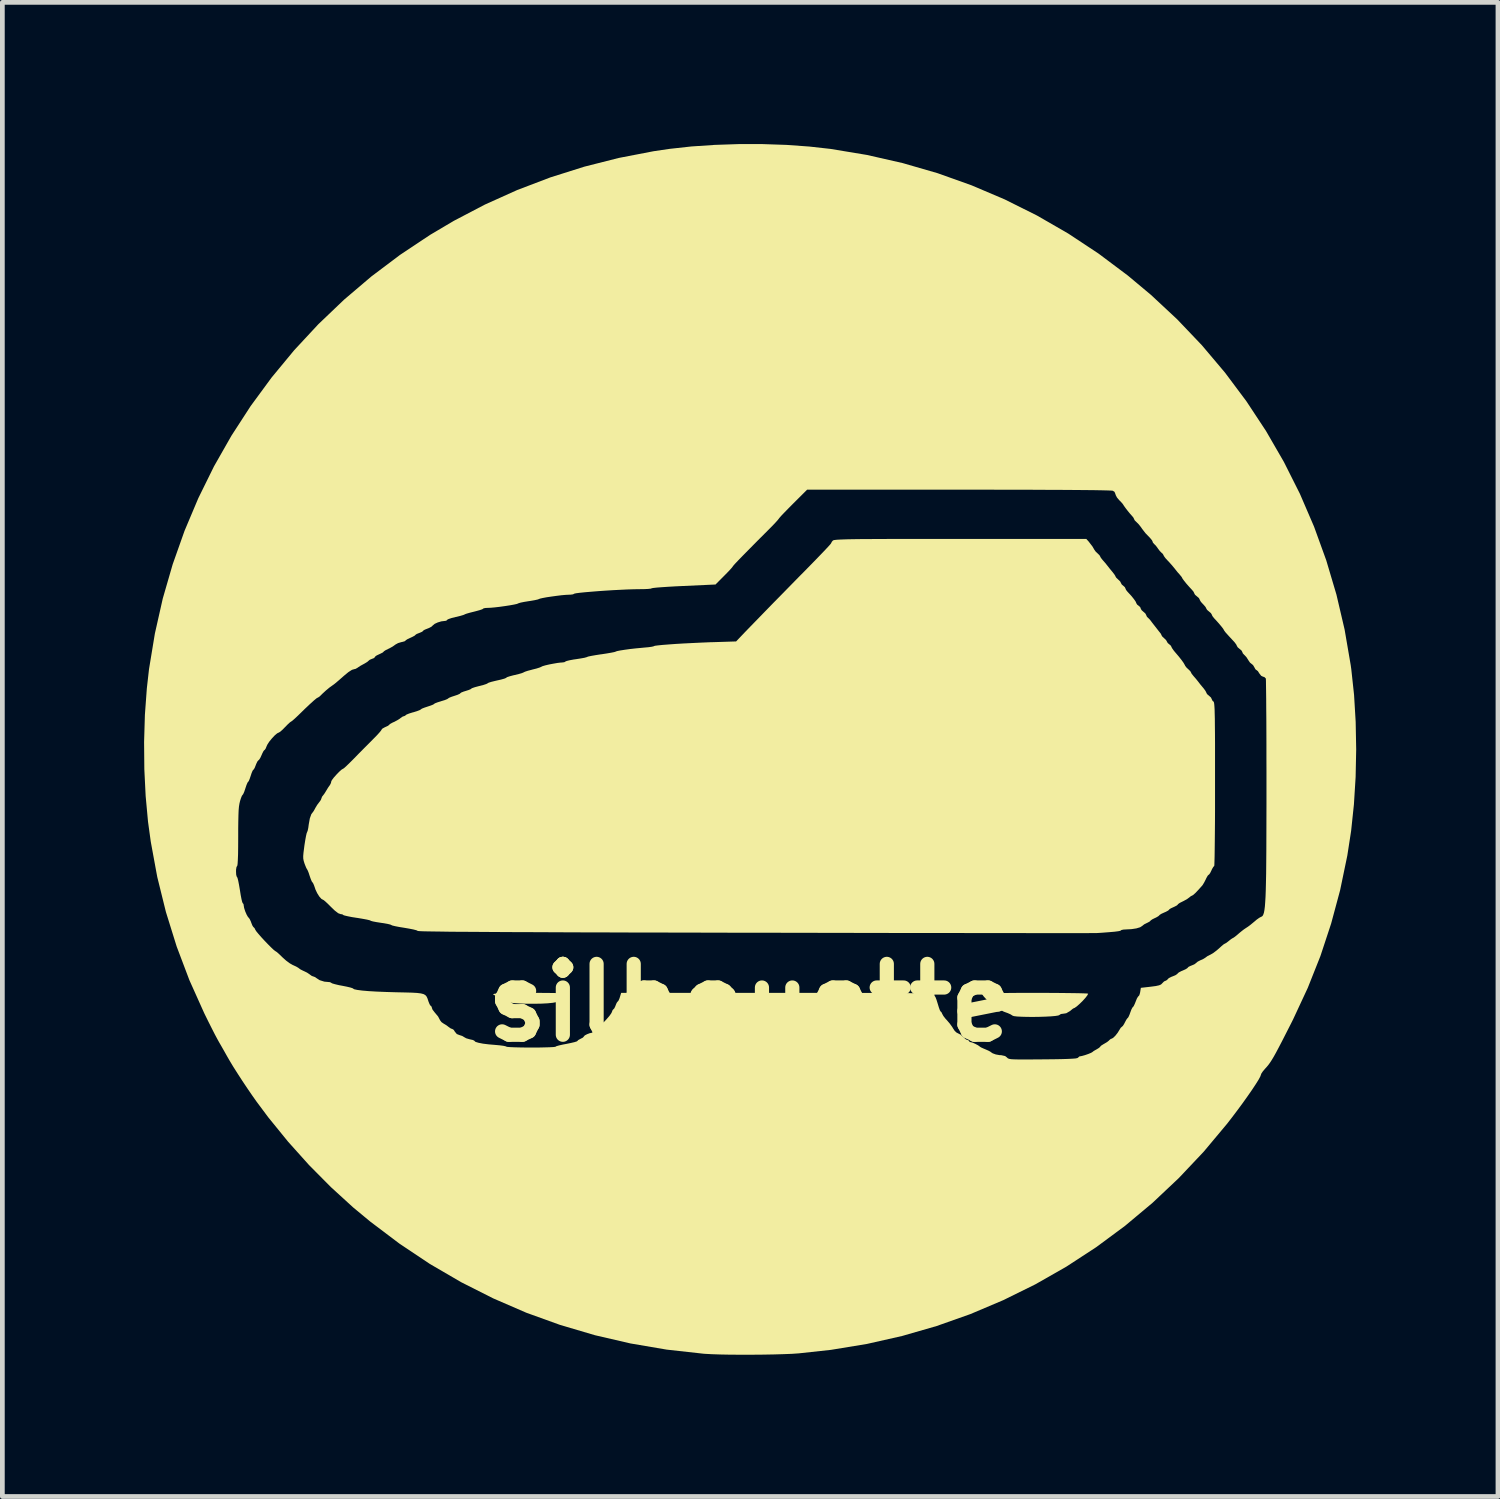
<source format=kicad_pcb>
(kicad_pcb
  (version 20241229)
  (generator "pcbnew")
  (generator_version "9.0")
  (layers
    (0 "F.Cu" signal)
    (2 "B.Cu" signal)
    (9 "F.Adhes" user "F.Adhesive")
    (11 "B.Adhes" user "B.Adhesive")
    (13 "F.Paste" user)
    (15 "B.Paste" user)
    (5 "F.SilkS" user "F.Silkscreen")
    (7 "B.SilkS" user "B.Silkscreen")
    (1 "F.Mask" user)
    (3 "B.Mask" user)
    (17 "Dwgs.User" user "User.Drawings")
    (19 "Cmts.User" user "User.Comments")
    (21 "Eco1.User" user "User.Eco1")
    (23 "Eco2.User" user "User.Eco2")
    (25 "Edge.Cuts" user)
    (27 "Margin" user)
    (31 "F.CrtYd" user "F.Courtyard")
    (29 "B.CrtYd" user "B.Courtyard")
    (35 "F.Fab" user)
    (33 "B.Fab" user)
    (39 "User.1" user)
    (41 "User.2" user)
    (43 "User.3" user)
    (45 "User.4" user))
  (footprint "silhouette"
    (layer "F.Cu")
    (at 12.828 18.174)
    (property "Reference" "silhouette" (at 0 0 0) (layer "F.SilkS") (effects (font (size 1.5 1.5) (thickness 0.3))))
    (attr board_only exclude_from_pos_files exclude_from_bom)
    (fp_poly (pts (xy -4.468 -0.208) (xy -4.298 -0.207) (xy -4.149 -0.205) (xy -4.026 -0.203) (xy -3.935 -0.201) (xy -3.88 -0.198) (xy -3.867 -0.195) (xy -3.881 -0.152) (xy -3.914 -0.111) (xy -3.949 -0.093) (xy -3.979 -0.08) (xy -3.982 -0.07) (xy -4.003 -0.052) (xy -4.055 -0.028) (xy -4.102 -0.012) (xy -4.179 0.002) (xy -4.29 0.013) (xy -4.426 0.02) (xy -4.575 0.022) (xy -4.728 0.022) (xy -4.872 0.017) (xy -4.999 0.008) (xy -5.097 -0.004) (xy -5.139 -0.014) (xy -5.203 -0.036) (xy -5.246 -0.057) (xy -5.254 -0.063) (xy -5.291 -0.095) (xy -5.349 -0.131) (xy -5.401 -0.154) (xy -5.433 -0.168) (xy -5.439 -0.179) (xy -5.414 -0.189) (xy -5.358 -0.196) (xy -5.267 -0.201) (xy -5.138 -0.205) (xy -4.969 -0.207) (xy -4.758 -0.208) (xy -4.654 -0.208)) (stroke (width 0) (type solid)) (fill yes) (layer "F.SilkS"))
    (fp_poly (pts (xy 6.255 -0.208) (xy 6.463 -0.207) (xy 6.652 -0.205) (xy 6.818 -0.203) (xy 6.955 -0.201) (xy 7.06 -0.198) (xy 7.128 -0.195) (xy 7.154 -0.191) (xy 7.155 -0.191) (xy 7.138 -0.157) (xy 7.097 -0.103) (xy 7.039 -0.039) (xy 6.975 0.024) (xy 6.915 0.077) (xy 6.868 0.11) (xy 6.851 0.116) (xy 6.827 0.13) (xy 6.784 0.165) (xy 6.775 0.174) (xy 6.691 0.223) (xy 6.634 0.232) (xy 6.579 0.239) (xy 6.548 0.258) (xy 6.547 0.26) (xy 6.521 0.271) (xy 6.457 0.281) (xy 6.364 0.289) (xy 6.25 0.295) (xy 6.122 0.299) (xy 5.99 0.301) (xy 5.862 0.3) (xy 5.746 0.297) (xy 5.65 0.292) (xy 5.584 0.284) (xy 5.555 0.274) (xy 5.513 0.247) (xy 5.448 0.218) (xy 5.424 0.21) (xy 5.365 0.188) (xy 5.33 0.169) (xy 5.325 0.163) (xy 5.305 0.149) (xy 5.254 0.129) (xy 5.221 0.118) (xy 5.151 0.089) (xy 5.101 0.053) (xy 5.091 0.04) (xy 5.059 -0.005) (xy 5.009 -0.062) (xy 4.987 -0.085) (xy 4.941 -0.136) (xy 4.913 -0.175) (xy 4.909 -0.186) (xy 4.931 -0.191) (xy 4.999 -0.196) (xy 5.109 -0.2) (xy 5.259 -0.203) (xy 5.448 -0.206) (xy 5.674 -0.208) (xy 5.936 -0.208) (xy 6.032 -0.208)) (stroke (width 0) (type solid)) (fill yes) (layer "F.SilkS"))
    (fp_poly (pts (xy 7.164 -9.763) (xy 7.245 -9.658) (xy 7.287 -9.586) (xy 7.316 -9.546) (xy 7.356 -9.509) (xy 7.394 -9.472) (xy 7.409 -9.446) (xy 7.424 -9.417) (xy 7.459 -9.373) (xy 7.461 -9.37) (xy 7.515 -9.309) (xy 7.56 -9.253) (xy 7.607 -9.193) (xy 7.662 -9.126) (xy 7.67 -9.117) (xy 7.709 -9.066) (xy 7.732 -9.029) (xy 7.733 -9.022) (xy 7.75 -8.995) (xy 7.79 -8.958) (xy 7.791 -8.956) (xy 7.832 -8.917) (xy 7.849 -8.884) (xy 7.849 -8.883) (xy 7.867 -8.851) (xy 7.896 -8.827) (xy 7.932 -8.794) (xy 7.942 -8.772) (xy 7.957 -8.737) (xy 7.989 -8.697) (xy 8.065 -8.615) (xy 8.125 -8.541) (xy 8.163 -8.485) (xy 8.173 -8.458) (xy 8.192 -8.426) (xy 8.22 -8.405) (xy 8.257 -8.372) (xy 8.266 -8.347) (xy 8.284 -8.311) (xy 8.324 -8.275) (xy 8.365 -8.239) (xy 8.382 -8.207) (xy 8.399 -8.169) (xy 8.423 -8.146) (xy 8.464 -8.105) (xy 8.505 -8.05) (xy 8.657 -7.855) (xy 8.665 -7.846) (xy 8.696 -7.805) (xy 8.706 -7.781) (xy 8.722 -7.753) (xy 8.762 -7.716) (xy 8.764 -7.714) (xy 8.804 -7.675) (xy 8.822 -7.644) (xy 8.822 -7.643) (xy 8.839 -7.613) (xy 8.868 -7.589) (xy 8.904 -7.558) (xy 8.915 -7.537) (xy 8.929 -7.507) (xy 8.964 -7.457) (xy 8.984 -7.432) (xy 9.071 -7.33) (xy 9.132 -7.253) (xy 9.174 -7.194) (xy 9.202 -7.145) (xy 9.208 -7.131) (xy 9.238 -7.092) (xy 9.278 -7.055) (xy 9.316 -7.018) (xy 9.331 -6.992) (xy 9.346 -6.962) (xy 9.381 -6.919) (xy 9.383 -6.916) (xy 9.437 -6.854) (xy 9.482 -6.798) (xy 9.528 -6.738) (xy 9.583 -6.672) (xy 9.592 -6.662) (xy 9.631 -6.61) (xy 9.654 -6.57) (xy 9.655 -6.562) (xy 9.673 -6.531) (xy 9.713 -6.497) (xy 9.755 -6.459) (xy 9.771 -6.424) (xy 9.79 -6.386) (xy 9.806 -6.376) (xy 9.812 -6.369) (xy 9.818 -6.352) (xy 9.823 -6.322) (xy 9.827 -6.275) (xy 9.831 -6.209) (xy 9.833 -6.121) (xy 9.836 -6.008) (xy 9.837 -5.866) (xy 9.839 -5.693) (xy 9.84 -5.486) (xy 9.84 -5.241) (xy 9.84 -4.956) (xy 9.84 -4.628) (xy 9.84 -4.628) (xy 9.84 -4.35) (xy 9.84 -4.085) (xy 9.839 -3.837) (xy 9.837 -3.611) (xy 9.835 -3.409) (xy 9.833 -3.235) (xy 9.831 -3.093) (xy 9.828 -2.987) (xy 9.826 -2.919) (xy 9.823 -2.894) (xy 9.823 -2.894) (xy 9.804 -2.875) (xy 9.776 -2.827) (xy 9.765 -2.802) (xy 9.737 -2.745) (xy 9.713 -2.712) (xy 9.706 -2.709) (xy 9.686 -2.69) (xy 9.658 -2.641) (xy 9.645 -2.613) (xy 9.61 -2.544) (xy 9.575 -2.487) (xy 9.565 -2.475) (xy 9.487 -2.388) (xy 9.423 -2.321) (xy 9.377 -2.28) (xy 9.358 -2.269) (xy 9.329 -2.255) (xy 9.294 -2.227) (xy 9.245 -2.191) (xy 9.175 -2.153) (xy 9.151 -2.141) (xy 9.093 -2.112) (xy 9.058 -2.087) (xy 9.053 -2.079) (xy 9.034 -2.06) (xy 8.985 -2.034) (xy 8.961 -2.023) (xy 8.904 -1.997) (xy 8.871 -1.975) (xy 8.868 -1.969) (xy 8.849 -1.951) (xy 8.799 -1.924) (xy 8.764 -1.909) (xy 8.703 -1.881) (xy 8.666 -1.857) (xy 8.66 -1.849) (xy 8.64 -1.831) (xy 8.592 -1.803) (xy 8.567 -1.792) (xy 8.511 -1.764) (xy 8.478 -1.741) (xy 8.474 -1.735) (xy 8.455 -1.717) (xy 8.408 -1.692) (xy 8.399 -1.688) (xy 8.341 -1.659) (xy 8.302 -1.628) (xy 8.3 -1.626) (xy 8.255 -1.597) (xy 8.175 -1.573) (xy 8.071 -1.557) (xy 7.971 -1.552) (xy 7.903 -1.548) (xy 7.859 -1.539) (xy 7.849 -1.531) (xy 7.835 -1.522) (xy 7.792 -1.513) (xy 7.715 -1.503) (xy 7.6 -1.493) (xy 7.445 -1.481) (xy 7.351 -1.475) (xy 7.321 -1.474) (xy 7.246 -1.474) (xy 7.129 -1.473) (xy 6.97 -1.473) (xy 6.772 -1.473) (xy 6.538 -1.473) (xy 6.267 -1.473) (xy 5.963 -1.473) (xy 5.627 -1.474) (xy 5.26 -1.474) (xy 4.866 -1.474) (xy 4.445 -1.475) (xy 3.999 -1.475) (xy 3.53 -1.476) (xy 3.04 -1.476) (xy 2.53 -1.477) (xy 2.003 -1.478) (xy 1.46 -1.479) (xy 0.904 -1.48) (xy 0.335 -1.481) (xy 0.121 -1.481) (xy -0.615 -1.482) (xy -1.305 -1.484) (xy -1.95 -1.485) (xy -2.552 -1.486) (xy -3.112 -1.488) (xy -3.629 -1.489) (xy -4.107 -1.491) (xy -4.544 -1.493) (xy -4.942 -1.494) (xy -5.303 -1.496) (xy -5.626 -1.498) (xy -5.914 -1.5) (xy -6.166 -1.501) (xy -6.384 -1.503) (xy -6.569 -1.506) (xy -6.722 -1.508) (xy -6.843 -1.51) (xy -6.934 -1.512) (xy -6.995 -1.515) (xy -7.028 -1.518) (xy -7.034 -1.519) (xy -7.062 -1.533) (xy -7.127 -1.55) (xy -7.218 -1.568) (xy -7.322 -1.586) (xy -7.428 -1.603) (xy -7.515 -1.62) (xy -7.573 -1.634) (xy -7.595 -1.644) (xy -7.595 -1.644) (xy -7.616 -1.654) (xy -7.673 -1.668) (xy -7.757 -1.683) (xy -7.814 -1.691) (xy -7.909 -1.706) (xy -7.983 -1.72) (xy -8.027 -1.732) (xy -8.034 -1.737) (xy -8.056 -1.746) (xy -8.115 -1.76) (xy -8.202 -1.776) (xy -8.309 -1.794) (xy -8.324 -1.796) (xy -8.433 -1.813) (xy -8.523 -1.831) (xy -8.586 -1.846) (xy -8.613 -1.856) (xy -8.613 -1.857) (xy -8.633 -1.871) (xy -8.668 -1.875) (xy -8.719 -1.894) (xy -8.793 -1.951) (xy -8.871 -2.026) (xy -8.937 -2.092) (xy -8.992 -2.143) (xy -9.027 -2.172) (xy -9.035 -2.176) (xy -9.073 -2.196) (xy -9.12 -2.248) (xy -9.165 -2.32) (xy -9.202 -2.399) (xy -9.209 -2.422) (xy -9.233 -2.49) (xy -9.254 -2.535) (xy -9.264 -2.547) (xy -9.279 -2.567) (xy -9.301 -2.62) (xy -9.322 -2.68) (xy -9.346 -2.753) (xy -9.368 -2.806) (xy -9.379 -2.825) (xy -9.395 -2.852) (xy -9.418 -2.908) (xy -9.434 -2.95) (xy -9.45 -3.003) (xy -9.459 -3.05) (xy -9.46 -3.104) (xy -9.454 -3.176) (xy -9.441 -3.277) (xy -9.434 -3.332) (xy -9.417 -3.439) (xy -9.401 -3.527) (xy -9.387 -3.588) (xy -9.377 -3.612) (xy -9.366 -3.639) (xy -9.353 -3.699) (xy -9.343 -3.773) (xy -9.32 -3.902) (xy -9.288 -3.991) (xy -9.259 -4.029) (xy -9.24 -4.055) (xy -9.211 -4.106) (xy -9.205 -4.119) (xy -9.165 -4.186) (xy -9.123 -4.242) (xy -9.12 -4.245) (xy -9.088 -4.29) (xy -9.076 -4.321) (xy -9.061 -4.361) (xy -9.046 -4.38) (xy -9.015 -4.42) (xy -8.978 -4.479) (xy -8.971 -4.491) (xy -8.934 -4.552) (xy -8.902 -4.598) (xy -8.897 -4.603) (xy -8.872 -4.652) (xy -8.868 -4.679) (xy -8.853 -4.712) (xy -8.813 -4.765) (xy -8.759 -4.826) (xy -8.701 -4.886) (xy -8.65 -4.932) (xy -8.614 -4.954) (xy -8.61 -4.955) (xy -8.589 -4.971) (xy -8.542 -5.014) (xy -8.476 -5.078) (xy -8.397 -5.157) (xy -8.378 -5.176) (xy -8.276 -5.281) (xy -8.164 -5.394) (xy -8.057 -5.501) (xy -7.983 -5.576) (xy -7.91 -5.65) (xy -7.851 -5.714) (xy -7.813 -5.76) (xy -7.803 -5.778) (xy -7.784 -5.802) (xy -7.735 -5.829) (xy -7.722 -5.835) (xy -7.67 -5.859) (xy -7.642 -5.879) (xy -7.641 -5.882) (xy -7.622 -5.9) (xy -7.573 -5.927) (xy -7.542 -5.941) (xy -7.472 -5.977) (xy -7.413 -6.014) (xy -7.399 -6.026) (xy -7.354 -6.057) (xy -7.324 -6.066) (xy -7.296 -6.078) (xy -7.294 -6.085) (xy -7.273 -6.099) (xy -7.219 -6.121) (xy -7.142 -6.145) (xy -7.131 -6.147) (xy -7.053 -6.171) (xy -6.995 -6.193) (xy -6.97 -6.208) (xy -6.969 -6.209) (xy -6.949 -6.224) (xy -6.896 -6.245) (xy -6.83 -6.267) (xy -6.758 -6.291) (xy -6.708 -6.311) (xy -6.692 -6.323) (xy -6.671 -6.337) (xy -6.617 -6.358) (xy -6.542 -6.381) (xy -6.541 -6.382) (xy -6.465 -6.405) (xy -6.411 -6.427) (xy -6.391 -6.441) (xy -6.391 -6.441) (xy -6.37 -6.455) (xy -6.318 -6.476) (xy -6.263 -6.494) (xy -6.194 -6.517) (xy -6.148 -6.538) (xy -6.136 -6.549) (xy -6.116 -6.565) (xy -6.063 -6.586) (xy -6.02 -6.599) (xy -5.955 -6.62) (xy -5.913 -6.638) (xy -5.904 -6.647) (xy -5.883 -6.659) (xy -5.828 -6.678) (xy -5.75 -6.699) (xy -5.731 -6.704) (xy -5.648 -6.725) (xy -5.587 -6.745) (xy -5.558 -6.759) (xy -5.557 -6.761) (xy -5.536 -6.773) (xy -5.48 -6.791) (xy -5.399 -6.811) (xy -5.36 -6.82) (xy -5.272 -6.84) (xy -5.204 -6.859) (xy -5.167 -6.874) (xy -5.163 -6.879) (xy -5.142 -6.892) (xy -5.087 -6.91) (xy -5.008 -6.931) (xy -4.984 -6.936) (xy -4.898 -6.957) (xy -4.832 -6.976) (xy -4.796 -6.991) (xy -4.793 -6.993) (xy -4.766 -7.006) (xy -4.706 -7.026) (xy -4.625 -7.047) (xy -4.608 -7.052) (xy -4.524 -7.073) (xy -4.458 -7.094) (xy -4.424 -7.108) (xy -4.422 -7.11) (xy -4.395 -7.123) (xy -4.334 -7.141) (xy -4.252 -7.16) (xy -4.162 -7.177) (xy -4.076 -7.192) (xy -4.007 -7.2) (xy -3.985 -7.201) (xy -3.934 -7.207) (xy -3.909 -7.222) (xy -3.884 -7.233) (xy -3.824 -7.248) (xy -3.738 -7.264) (xy -3.681 -7.272) (xy -3.586 -7.287) (xy -3.508 -7.301) (xy -3.46 -7.314) (xy -3.45 -7.319) (xy -3.424 -7.328) (xy -3.361 -7.341) (xy -3.27 -7.357) (xy -3.161 -7.374) (xy -3.149 -7.375) (xy -3.038 -7.392) (xy -2.945 -7.408) (xy -2.879 -7.421) (xy -2.849 -7.43) (xy -2.848 -7.431) (xy -2.819 -7.442) (xy -2.754 -7.455) (xy -2.659 -7.47) (xy -2.544 -7.486) (xy -2.419 -7.5) (xy -2.29 -7.512) (xy -2.24 -7.517) (xy -2.15 -7.525) (xy -2.08 -7.535) (xy -2.042 -7.544) (xy -2.038 -7.547) (xy -2.015 -7.555) (xy -1.953 -7.563) (xy -1.855 -7.573) (xy -1.727 -7.583) (xy -1.576 -7.594) (xy -1.407 -7.604) (xy -1.226 -7.613) (xy -1.037 -7.622) (xy -0.848 -7.63) (xy -0.768 -7.632) (xy -0.297 -7.647) (xy -0.217 -7.731) (xy -0.122 -7.831) (xy 0.001 -7.958) (xy 0.148 -8.109) (xy 0.313 -8.279) (xy 0.491 -8.462) (xy 0.679 -8.653) (xy 0.87 -8.848) (xy 1.061 -9.043) (xy 1.129 -9.111) (xy 1.263 -9.248) (xy 1.387 -9.375) (xy 1.496 -9.488) (xy 1.587 -9.583) (xy 1.656 -9.657) (xy 1.699 -9.705) (xy 1.713 -9.724) (xy 1.728 -9.755) (xy 1.75 -9.781) (xy 1.759 -9.787) (xy 1.776 -9.792) (xy 1.803 -9.796) (xy 1.843 -9.8) (xy 1.898 -9.803) (xy 1.971 -9.806) (xy 2.064 -9.809) (xy 2.179 -9.811) (xy 2.32 -9.813) (xy 2.489 -9.814) (xy 2.687 -9.815) (xy 2.919 -9.816) (xy 3.185 -9.817) (xy 3.488 -9.817) (xy 3.832 -9.817) (xy 4.218 -9.817) (xy 4.45 -9.817) (xy 7.115 -9.817)) (stroke (width 0) (type solid)) (fill yes) (layer "F.SilkS"))
    (fp_poly (pts (xy 0.265 -18.174) (xy 0.769 -18.157) (xy 1.254 -18.122) (xy 1.702 -18.072) (xy 2.474 -17.944) (xy 3.229 -17.772) (xy 3.968 -17.558) (xy 4.688 -17.301) (xy 5.389 -17.003) (xy 6.072 -16.662) (xy 6.734 -16.28) (xy 7.375 -15.856) (xy 7.994 -15.392) (xy 8.482 -14.984) (xy 9.039 -14.465) (xy 9.563 -13.915) (xy 10.051 -13.337) (xy 10.504 -12.731) (xy 10.92 -12.1) (xy 11.298 -11.446) (xy 11.637 -10.771) (xy 11.936 -10.077) (xy 12.194 -9.365) (xy 12.41 -8.638) (xy 12.583 -7.898) (xy 12.712 -7.146) (xy 12.724 -7.06) (xy 12.783 -6.515) (xy 12.817 -5.946) (xy 12.828 -5.362) (xy 12.816 -4.776) (xy 12.78 -4.198) (xy 12.721 -3.638) (xy 12.64 -3.114) (xy 12.488 -2.382) (xy 12.298 -1.676) (xy 12.071 -0.988) (xy 11.803 -0.314) (xy 11.493 0.352) (xy 11.455 0.428) (xy 11.349 0.636) (xy 11.262 0.807) (xy 11.19 0.945) (xy 11.131 1.056) (xy 11.082 1.144) (xy 11.04 1.214) (xy 11.004 1.269) (xy 10.97 1.316) (xy 10.935 1.358) (xy 10.898 1.399) (xy 10.897 1.4) (xy 10.85 1.456) (xy 10.819 1.503) (xy 10.813 1.522) (xy 10.799 1.56) (xy 10.761 1.631) (xy 10.7 1.728) (xy 10.622 1.846) (xy 10.528 1.981) (xy 10.424 2.127) (xy 10.311 2.28) (xy 10.194 2.435) (xy 10.098 2.559) (xy 9.601 3.153) (xy 9.073 3.712) (xy 8.517 4.236) (xy 7.934 4.724) (xy 7.326 5.174) (xy 6.693 5.587) (xy 6.037 5.961) (xy 5.36 6.295) (xy 4.664 6.59) (xy 3.949 6.843) (xy 3.218 7.054) (xy 2.471 7.223) (xy 1.71 7.348) (xy 1.03 7.422) (xy 0.884 7.432) (xy 0.703 7.439) (xy 0.496 7.445) (xy 0.271 7.449) (xy 0.037 7.451) (xy -0.197 7.451) (xy -0.422 7.45) (xy -0.629 7.446) (xy -0.81 7.44) (xy -0.955 7.432) (xy -0.984 7.43) (xy -1.766 7.343) (xy -2.534 7.212) (xy -3.285 7.038) (xy -4.02 6.821) (xy -4.738 6.562) (xy -5.437 6.259) (xy -6.118 5.915) (xy -6.78 5.529) (xy -7.421 5.101) (xy -8.042 4.632) (xy -8.404 4.332) (xy -8.875 3.902) (xy -9.337 3.436) (xy -9.781 2.941) (xy -10.198 2.428) (xy -10.448 2.093) (xy -10.541 1.961) (xy -10.643 1.812) (xy -10.748 1.655) (xy -10.849 1.499) (xy -10.941 1.354) (xy -11.017 1.228) (xy -11.071 1.134) (xy -11.129 1.031) (xy -11.194 0.917) (xy -11.242 0.834) (xy -11.279 0.767) (xy -11.332 0.668) (xy -11.395 0.544) (xy -11.465 0.405) (xy -11.537 0.259) (xy -11.556 0.22) (xy -11.869 -0.477) (xy -12.139 -1.191) (xy -12.366 -1.92) (xy -12.549 -2.66) (xy -12.571 -2.778) (xy -10.882 -2.778) (xy -10.879 -2.712) (xy -10.869 -2.671) (xy -10.862 -2.663) (xy -10.851 -2.641) (xy -10.836 -2.583) (xy -10.819 -2.496) (xy -10.801 -2.39) (xy -10.8 -2.385) (xy -10.783 -2.278) (xy -10.766 -2.19) (xy -10.751 -2.13) (xy -10.74 -2.107) (xy -10.74 -2.107) (xy -10.724 -2.088) (xy -10.72 -2.061) (xy -10.711 -2.007) (xy -10.689 -1.937) (xy -10.659 -1.867) (xy -10.63 -1.816) (xy -10.616 -1.801) (xy -10.593 -1.771) (xy -10.566 -1.713) (xy -10.559 -1.691) (xy -10.536 -1.634) (xy -10.515 -1.601) (xy -10.51 -1.598) (xy -10.49 -1.578) (xy -10.476 -1.548) (xy -10.456 -1.515) (xy -10.411 -1.46) (xy -10.35 -1.39) (xy -10.279 -1.313) (xy -10.206 -1.237) (xy -10.138 -1.169) (xy -10.084 -1.118) (xy -10.049 -1.091) (xy -10.043 -1.088) (xy -10.02 -1.073) (xy -9.973 -1.032) (xy -9.913 -0.974) (xy -9.9 -0.961) (xy -9.823 -0.892) (xy -9.743 -0.833) (xy -9.676 -0.795) (xy -9.674 -0.795) (xy -9.609 -0.765) (xy -9.561 -0.737) (xy -9.551 -0.728) (xy -9.515 -0.703) (xy -9.457 -0.674) (xy -9.447 -0.67) (xy -9.379 -0.637) (xy -9.324 -0.6) (xy -9.321 -0.597) (xy -9.277 -0.566) (xy -9.247 -0.556) (xy -9.207 -0.541) (xy -9.188 -0.526) (xy -9.112 -0.477) (xy -9.013 -0.446) (xy -8.948 -0.44) (xy -8.895 -0.435) (xy -8.869 -0.423) (xy -8.868 -0.421) (xy -8.847 -0.409) (xy -8.789 -0.392) (xy -8.706 -0.372) (xy -8.636 -0.359) (xy -8.54 -0.34) (xy -8.463 -0.322) (xy -8.416 -0.307) (xy -8.405 -0.3) (xy -8.382 -0.285) (xy -8.317 -0.271) (xy -8.212 -0.257) (xy -8.072 -0.245) (xy -7.899 -0.235) (xy -7.698 -0.227) (xy -7.493 -0.221) (xy -7.307 -0.217) (xy -7.162 -0.213) (xy -7.052 -0.207) (xy -6.971 -0.197) (xy -6.915 -0.183) (xy -6.876 -0.162) (xy -6.85 -0.133) (xy -6.831 -0.094) (xy -6.814 -0.043) (xy -6.808 -0.024) (xy -6.785 0.033) (xy -6.763 0.066) (xy -6.757 0.069) (xy -6.74 0.088) (xy -6.738 0.105) (xy -6.723 0.146) (xy -6.686 0.194) (xy -6.686 0.195) (xy -6.605 0.292) (xy -6.562 0.373) (xy -6.533 0.411) (xy -6.487 0.443) (xy -6.424 0.481) (xy -6.38 0.515) (xy -6.335 0.546) (xy -6.305 0.556) (xy -6.274 0.575) (xy -6.252 0.611) (xy -6.209 0.663) (xy -6.156 0.684) (xy -6.094 0.704) (xy -6.051 0.73) (xy -6.051 0.73) (xy -6.01 0.753) (xy -5.945 0.772) (xy -5.928 0.776) (xy -5.87 0.789) (xy -5.837 0.805) (xy -5.835 0.81) (xy -5.813 0.829) (xy -5.75 0.848) (xy -5.654 0.867) (xy -5.531 0.882) (xy -5.401 0.893) (xy -5.302 0.902) (xy -5.224 0.912) (xy -5.175 0.923) (xy -5.163 0.929) (xy -5.141 0.935) (xy -5.079 0.94) (xy -4.984 0.944) (xy -4.863 0.947) (xy -4.721 0.949) (xy -4.642 0.949) (xy -4.493 0.949) (xy -4.36 0.946) (xy -4.25 0.943) (xy -4.171 0.939) (xy -4.127 0.934) (xy -4.121 0.932) (xy -4.1 0.92) (xy -4.043 0.904) (xy -3.959 0.885) (xy -3.89 0.872) (xy -3.793 0.852) (xy -3.716 0.834) (xy -3.669 0.819) (xy -3.658 0.811) (xy -3.639 0.791) (xy -3.593 0.766) (xy -3.589 0.764) (xy -3.541 0.739) (xy -3.52 0.716) (xy -3.519 0.714) (xy -3.5 0.692) (xy -3.452 0.667) (xy -3.394 0.645) (xy -3.356 0.638) (xy -3.32 0.619) (xy -3.263 0.573) (xy -3.193 0.508) (xy -3.117 0.433) (xy -3.045 0.356) (xy -2.983 0.285) (xy -2.942 0.228) (xy -2.928 0.201) (xy -2.911 0.156) (xy -2.894 0.139) (xy -2.875 0.119) (xy -2.852 0.071) (xy -2.848 0.058) (xy -2.826 0.005) (xy -2.807 -0.022) (xy -2.804 -0.023) (xy -2.787 -0.043) (xy -2.765 -0.093) (xy -2.758 -0.116) (xy -2.73 -0.208) (xy 0.58 -0.208) (xy 1.041 -0.208) (xy 1.457 -0.208) (xy 1.832 -0.208) (xy 2.167 -0.208) (xy 2.464 -0.207) (xy 2.726 -0.206) (xy 2.955 -0.205) (xy 3.152 -0.204) (xy 3.321 -0.203) (xy 3.462 -0.201) (xy 3.579 -0.199) (xy 3.674 -0.197) (xy 3.748 -0.194) (xy 3.804 -0.191) (xy 3.844 -0.187) (xy 3.87 -0.183) (xy 3.885 -0.179) (xy 3.89 -0.174) (xy 3.89 -0.174) (xy 3.9 -0.143) (xy 3.908 -0.139) (xy 3.923 -0.118) (xy 3.944 -0.064) (xy 3.968 0.013) (xy 3.971 0.023) (xy 3.995 0.102) (xy 4.016 0.16) (xy 4.031 0.185) (xy 4.032 0.185) (xy 4.051 0.204) (xy 4.065 0.235) (xy 4.09 0.281) (xy 4.136 0.34) (xy 4.165 0.371) (xy 4.224 0.44) (xy 4.277 0.513) (xy 4.292 0.539) (xy 4.329 0.595) (xy 4.366 0.63) (xy 4.373 0.634) (xy 4.457 0.678) (xy 4.527 0.739) (xy 4.533 0.747) (xy 4.572 0.78) (xy 4.597 0.787) (xy 4.627 0.8) (xy 4.631 0.81) (xy 4.649 0.831) (xy 4.664 0.834) (xy 4.705 0.844) (xy 4.764 0.87) (xy 4.823 0.901) (xy 4.86 0.927) (xy 4.862 0.93) (xy 4.889 0.947) (xy 4.944 0.972) (xy 4.978 0.986) (xy 5.042 1.014) (xy 5.085 1.037) (xy 5.094 1.045) (xy 5.133 1.071) (xy 5.199 1.095) (xy 5.276 1.109) (xy 5.316 1.111) (xy 5.397 1.129) (xy 5.436 1.159) (xy 5.448 1.172) (xy 5.465 1.182) (xy 5.49 1.19) (xy 5.529 1.196) (xy 5.588 1.199) (xy 5.67 1.201) (xy 5.781 1.202) (xy 5.926 1.201) (xy 6.111 1.2) (xy 6.203 1.199) (xy 6.418 1.197) (xy 6.59 1.194) (xy 6.722 1.19) (xy 6.82 1.185) (xy 6.887 1.18) (xy 6.925 1.172) (xy 6.94 1.164) (xy 6.94 1.163) (xy 6.969 1.137) (xy 6.982 1.135) (xy 7.025 1.127) (xy 7.089 1.109) (xy 7.158 1.085) (xy 7.216 1.061) (xy 7.247 1.043) (xy 7.247 1.042) (xy 7.274 1.021) (xy 7.325 0.992) (xy 7.334 0.987) (xy 7.383 0.957) (xy 7.408 0.934) (xy 7.409 0.931) (xy 7.428 0.91) (xy 7.475 0.88) (xy 7.496 0.868) (xy 7.555 0.833) (xy 7.595 0.801) (xy 7.601 0.793) (xy 7.633 0.767) (xy 7.645 0.764) (xy 7.681 0.746) (xy 7.729 0.7) (xy 7.778 0.638) (xy 7.815 0.578) (xy 7.844 0.531) (xy 7.868 0.51) (xy 7.869 0.509) (xy 7.89 0.49) (xy 7.919 0.443) (xy 7.932 0.417) (xy 7.962 0.361) (xy 7.986 0.328) (xy 7.992 0.324) (xy 8.007 0.304) (xy 8.03 0.253) (xy 8.046 0.208) (xy 8.07 0.144) (xy 8.092 0.102) (xy 8.101 0.093) (xy 8.118 0.073) (xy 8.142 0.022) (xy 8.16 -0.023) (xy 8.186 -0.088) (xy 8.211 -0.13) (xy 8.222 -0.139) (xy 8.238 -0.159) (xy 8.253 -0.21) (xy 8.256 -0.227) (xy 8.27 -0.315) (xy 8.481 -0.339) (xy 8.586 -0.353) (xy 8.655 -0.368) (xy 8.697 -0.386) (xy 8.722 -0.41) (xy 8.725 -0.414) (xy 8.762 -0.451) (xy 8.791 -0.463) (xy 8.827 -0.482) (xy 8.835 -0.495) (xy 8.863 -0.521) (xy 8.919 -0.549) (xy 8.941 -0.557) (xy 9.002 -0.582) (xy 9.04 -0.608) (xy 9.046 -0.616) (xy 9.072 -0.64) (xy 9.127 -0.669) (xy 9.159 -0.682) (xy 9.219 -0.709) (xy 9.256 -0.733) (xy 9.262 -0.741) (xy 9.281 -0.76) (xy 9.33 -0.783) (xy 9.342 -0.787) (xy 9.401 -0.812) (xy 9.438 -0.839) (xy 9.441 -0.842) (xy 9.473 -0.869) (xy 9.529 -0.898) (xy 9.539 -0.902) (xy 9.599 -0.93) (xy 9.64 -0.956) (xy 9.644 -0.96) (xy 9.68 -0.986) (xy 9.737 -1.015) (xy 9.741 -1.016) (xy 9.798 -1.049) (xy 9.869 -1.102) (xy 9.923 -1.148) (xy 9.981 -1.201) (xy 10.026 -1.238) (xy 10.048 -1.25) (xy 10.075 -1.264) (xy 10.12 -1.298) (xy 10.132 -1.308) (xy 10.179 -1.345) (xy 10.21 -1.365) (xy 10.213 -1.366) (xy 10.238 -1.38) (xy 10.283 -1.414) (xy 10.294 -1.423) (xy 10.364 -1.483) (xy 10.411 -1.521) (xy 10.446 -1.548) (xy 10.481 -1.572) (xy 10.496 -1.582) (xy 10.536 -1.608) (xy 10.574 -1.636) (xy 10.621 -1.674) (xy 10.69 -1.731) (xy 10.716 -1.754) (xy 10.771 -1.794) (xy 10.817 -1.819) (xy 10.819 -1.819) (xy 10.836 -1.828) (xy 10.851 -1.844) (xy 10.864 -1.871) (xy 10.876 -1.909) (xy 10.886 -1.963) (xy 10.895 -2.034) (xy 10.902 -2.126) (xy 10.909 -2.239) (xy 10.914 -2.377) (xy 10.918 -2.543) (xy 10.922 -2.738) (xy 10.924 -2.965) (xy 10.926 -3.228) (xy 10.927 -3.527) (xy 10.928 -3.865) (xy 10.929 -4.246) (xy 10.929 -4.561) (xy 10.929 -4.882) (xy 10.928 -5.189) (xy 10.928 -5.481) (xy 10.927 -5.754) (xy 10.926 -6.004) (xy 10.924 -6.228) (xy 10.923 -6.424) (xy 10.921 -6.588) (xy 10.919 -6.717) (xy 10.918 -6.807) (xy 10.916 -6.856) (xy 10.915 -6.863) (xy 10.882 -6.894) (xy 10.857 -6.9) (xy 10.817 -6.92) (xy 10.779 -6.968) (xy 10.778 -6.969) (xy 10.748 -7.017) (xy 10.721 -7.039) (xy 10.719 -7.039) (xy 10.695 -7.058) (xy 10.674 -7.097) (xy 10.645 -7.146) (xy 10.616 -7.17) (xy 10.581 -7.198) (xy 10.545 -7.25) (xy 10.542 -7.256) (xy 10.504 -7.315) (xy 10.464 -7.358) (xy 10.462 -7.359) (xy 10.428 -7.395) (xy 10.419 -7.42) (xy 10.402 -7.453) (xy 10.361 -7.488) (xy 10.32 -7.523) (xy 10.304 -7.55) (xy 10.289 -7.582) (xy 10.254 -7.629) (xy 10.247 -7.637) (xy 10.196 -7.692) (xy 10.133 -7.76) (xy 10.108 -7.788) (xy 10.061 -7.84) (xy 10.032 -7.88) (xy 10.026 -7.892) (xy 10.011 -7.917) (xy 9.973 -7.966) (xy 9.921 -8.028) (xy 9.861 -8.095) (xy 9.818 -8.141) (xy 9.784 -8.185) (xy 9.771 -8.216) (xy 9.753 -8.246) (xy 9.713 -8.28) (xy 9.672 -8.315) (xy 9.655 -8.344) (xy 9.64 -8.375) (xy 9.601 -8.421) (xy 9.586 -8.436) (xy 9.542 -8.484) (xy 9.518 -8.524) (xy 9.516 -8.532) (xy 9.499 -8.565) (xy 9.458 -8.6) (xy 9.417 -8.635) (xy 9.401 -8.664) (xy 9.386 -8.698) (xy 9.353 -8.738) (xy 9.293 -8.803) (xy 9.234 -8.87) (xy 9.185 -8.931) (xy 9.153 -8.974) (xy 9.146 -8.989) (xy 9.131 -9.015) (xy 9.096 -9.057) (xy 9.094 -9.06) (xy 9.044 -9.116) (xy 8.991 -9.183) (xy 8.984 -9.192) (xy 8.931 -9.256) (xy 8.866 -9.329) (xy 8.839 -9.357) (xy 8.79 -9.41) (xy 8.759 -9.453) (xy 8.752 -9.468) (xy 8.736 -9.498) (xy 8.711 -9.521) (xy 8.671 -9.561) (xy 8.628 -9.618) (xy 8.627 -9.621) (xy 8.588 -9.673) (xy 8.554 -9.707) (xy 8.552 -9.708) (xy 8.524 -9.741) (xy 8.521 -9.755) (xy 8.505 -9.789) (xy 8.467 -9.835) (xy 8.457 -9.846) (xy 8.366 -9.94) (xy 8.297 -10.03) (xy 8.273 -10.065) (xy 8.226 -10.125) (xy 8.179 -10.172) (xy 8.141 -10.209) (xy 8.127 -10.236) (xy 8.113 -10.267) (xy 8.087 -10.299) (xy 8.044 -10.347) (xy 7.994 -10.408) (xy 7.946 -10.47) (xy 7.911 -10.519) (xy 7.899 -10.539) (xy 7.879 -10.567) (xy 7.837 -10.613) (xy 7.812 -10.637) (xy 7.765 -10.693) (xy 7.737 -10.746) (xy 7.733 -10.764) (xy 7.712 -10.814) (xy 7.674 -10.837) (xy 7.642 -10.84) (xy 7.565 -10.843) (xy 7.443 -10.846) (xy 7.279 -10.849) (xy 7.072 -10.851) (xy 6.825 -10.853) (xy 6.538 -10.855) (xy 6.212 -10.856) (xy 5.849 -10.858) (xy 5.449 -10.858) (xy 5.014 -10.859) (xy 4.545 -10.859) (xy 4.41 -10.859) (xy 1.206 -10.859) (xy 0.904 -10.558) (xy 0.808 -10.461) (xy 0.725 -10.376) (xy 0.659 -10.307) (xy 0.617 -10.259) (xy 0.602 -10.239) (xy 0.586 -10.218) (xy 0.543 -10.17) (xy 0.479 -10.102) (xy 0.399 -10.021) (xy 0.364 -9.986) (xy 0.163 -9.785) (xy -0.006 -9.614) (xy -0.143 -9.475) (xy -0.249 -9.366) (xy -0.322 -9.289) (xy -0.362 -9.243) (xy -0.37 -9.23) (xy -0.386 -9.209) (xy -0.428 -9.162) (xy -0.489 -9.098) (xy -0.552 -9.034) (xy -0.733 -8.852) (xy -1.409 -8.821) (xy -1.58 -8.813) (xy -1.735 -8.804) (xy -1.869 -8.795) (xy -1.975 -8.787) (xy -2.048 -8.779) (xy -2.082 -8.773) (xy -2.084 -8.771) (xy -2.106 -8.764) (xy -2.165 -8.758) (xy -2.252 -8.754) (xy -2.36 -8.753) (xy -2.368 -8.753) (xy -2.473 -8.751) (xy -2.602 -8.747) (xy -2.748 -8.74) (xy -2.904 -8.732) (xy -3.064 -8.722) (xy -3.22 -8.711) (xy -3.367 -8.699) (xy -3.498 -8.688) (xy -3.605 -8.677) (xy -3.682 -8.667) (xy -3.723 -8.658) (xy -3.728 -8.655) (xy -3.749 -8.644) (xy -3.801 -8.637) (xy -3.834 -8.636) (xy -3.9 -8.633) (xy -3.991 -8.625) (xy -4.096 -8.612) (xy -4.205 -8.597) (xy -4.307 -8.582) (xy -4.392 -8.566) (xy -4.449 -8.553) (xy -4.469 -8.545) (xy -4.495 -8.535) (xy -4.557 -8.521) (xy -4.642 -8.506) (xy -4.689 -8.499) (xy -4.782 -8.484) (xy -4.856 -8.469) (xy -4.901 -8.456) (xy -4.909 -8.452) (xy -4.936 -8.441) (xy -4.999 -8.427) (xy -5.088 -8.411) (xy -5.192 -8.395) (xy -5.3 -8.38) (xy -5.403 -8.368) (xy -5.49 -8.36) (xy -5.54 -8.358) (xy -5.604 -8.355) (xy -5.643 -8.347) (xy -5.65 -8.341) (xy -5.67 -8.328) (xy -5.726 -8.309) (xy -5.806 -8.287) (xy -5.841 -8.278) (xy -5.929 -8.256) (xy -5.999 -8.236) (xy -6.038 -8.222) (xy -6.043 -8.218) (xy -6.07 -8.207) (xy -6.13 -8.189) (xy -6.212 -8.168) (xy -6.234 -8.164) (xy -6.318 -8.143) (xy -6.381 -8.122) (xy -6.412 -8.106) (xy -6.414 -8.102) (xy -6.433 -8.085) (xy -6.463 -8.081) (xy -6.536 -8.072) (xy -6.613 -8.049) (xy -6.678 -8.019) (xy -6.715 -7.988) (xy -6.715 -7.988) (xy -6.748 -7.957) (xy -6.808 -7.927) (xy -6.829 -7.919) (xy -6.887 -7.896) (xy -6.92 -7.876) (xy -6.923 -7.87) (xy -6.943 -7.852) (xy -6.991 -7.831) (xy -7.004 -7.826) (xy -7.057 -7.805) (xy -7.084 -7.787) (xy -7.085 -7.784) (xy -7.105 -7.767) (xy -7.154 -7.741) (xy -7.189 -7.725) (xy -7.25 -7.697) (xy -7.287 -7.673) (xy -7.294 -7.665) (xy -7.314 -7.65) (xy -7.365 -7.636) (xy -7.381 -7.633) (xy -7.452 -7.612) (xy -7.51 -7.58) (xy -7.515 -7.576) (xy -7.565 -7.54) (xy -7.635 -7.501) (xy -7.659 -7.49) (xy -7.717 -7.461) (xy -7.752 -7.438) (xy -7.757 -7.431) (xy -7.776 -7.413) (xy -7.825 -7.388) (xy -7.849 -7.377) (xy -7.906 -7.35) (xy -7.939 -7.325) (xy -7.942 -7.317) (xy -7.961 -7.295) (xy -8 -7.28) (xy -8.051 -7.259) (xy -8.075 -7.239) (xy -8.105 -7.213) (xy -8.161 -7.179) (xy -8.185 -7.166) (xy -8.249 -7.131) (xy -8.298 -7.099) (xy -8.308 -7.091) (xy -8.352 -7.066) (xy -8.372 -7.062) (xy -8.428 -7.046) (xy -8.503 -6.998) (xy -8.594 -6.923) (xy -8.709 -6.822) (xy -8.791 -6.753) (xy -8.84 -6.717) (xy -8.903 -6.672) (xy -8.979 -6.609) (xy -9.051 -6.543) (xy -9.07 -6.524) (xy -9.113 -6.482) (xy -9.144 -6.461) (xy -9.148 -6.46) (xy -9.177 -6.444) (xy -9.235 -6.396) (xy -9.32 -6.319) (xy -9.429 -6.216) (xy -9.529 -6.118) (xy -9.601 -6.049) (xy -9.662 -5.993) (xy -9.703 -5.959) (xy -9.716 -5.951) (xy -9.74 -5.935) (xy -9.785 -5.894) (xy -9.842 -5.836) (xy -9.843 -5.835) (xy -9.9 -5.777) (xy -9.948 -5.735) (xy -9.975 -5.719) (xy -9.975 -5.719) (xy -10.011 -5.702) (xy -10.064 -5.657) (xy -10.122 -5.595) (xy -10.177 -5.528) (xy -10.218 -5.465) (xy -10.233 -5.433) (xy -10.255 -5.379) (xy -10.276 -5.35) (xy -10.28 -5.349) (xy -10.299 -5.329) (xy -10.325 -5.279) (xy -10.339 -5.246) (xy -10.368 -5.183) (xy -10.395 -5.141) (xy -10.406 -5.133) (xy -10.43 -5.106) (xy -10.456 -5.051) (xy -10.465 -5.027) (xy -10.488 -4.969) (xy -10.509 -4.935) (xy -10.515 -4.932) (xy -10.531 -4.911) (xy -10.553 -4.859) (xy -10.571 -4.804) (xy -10.594 -4.736) (xy -10.614 -4.689) (xy -10.625 -4.677) (xy -10.64 -4.657) (xy -10.662 -4.604) (xy -10.684 -4.538) (xy -10.708 -4.466) (xy -10.73 -4.416) (xy -10.743 -4.399) (xy -10.758 -4.379) (xy -10.779 -4.326) (xy -10.798 -4.265) (xy -10.81 -4.213) (xy -10.82 -4.152) (xy -10.827 -4.073) (xy -10.831 -3.972) (xy -10.834 -3.842) (xy -10.836 -3.677) (xy -10.836 -3.512) (xy -10.837 -3.309) (xy -10.839 -3.144) (xy -10.844 -3.019) (xy -10.849 -2.936) (xy -10.856 -2.897) (xy -10.859 -2.894) (xy -10.872 -2.873) (xy -10.881 -2.82) (xy -10.882 -2.778) (xy -12.571 -2.778) (xy -12.687 -3.41) (xy -12.745 -3.832) (xy -12.795 -4.375) (xy -12.823 -4.942) (xy -12.828 -5.519) (xy -12.811 -6.094) (xy -12.77 -6.653) (xy -12.724 -7.06) (xy -12.6 -7.813) (xy -12.433 -8.554) (xy -12.223 -9.279) (xy -11.972 -9.988) (xy -11.68 -10.68) (xy -11.349 -11.352) (xy -10.979 -12.002) (xy -10.572 -12.63) (xy -10.129 -13.233) (xy -9.651 -13.811) (xy -9.14 -14.361) (xy -8.595 -14.881) (xy -8.019 -15.371) (xy -7.412 -15.828) (xy -6.775 -16.252) (xy -6.275 -16.548) (xy -5.616 -16.893) (xy -4.932 -17.201) (xy -4.229 -17.469) (xy -3.51 -17.696) (xy -2.78 -17.881) (xy -2.044 -18.023) (xy -1.705 -18.073) (xy -1.243 -18.124) (xy -0.753 -18.157) (xy -0.246 -18.174)) (stroke (width 0) (type solid)) (fill yes) (layer "F.SilkS")))
  (gr_rect
    (start -3 -3)
    (end 28.657 28.626)
    (stroke (width 0.1) (type default))
    (fill no)
    (layer "Edge.Cuts")))
</source>
